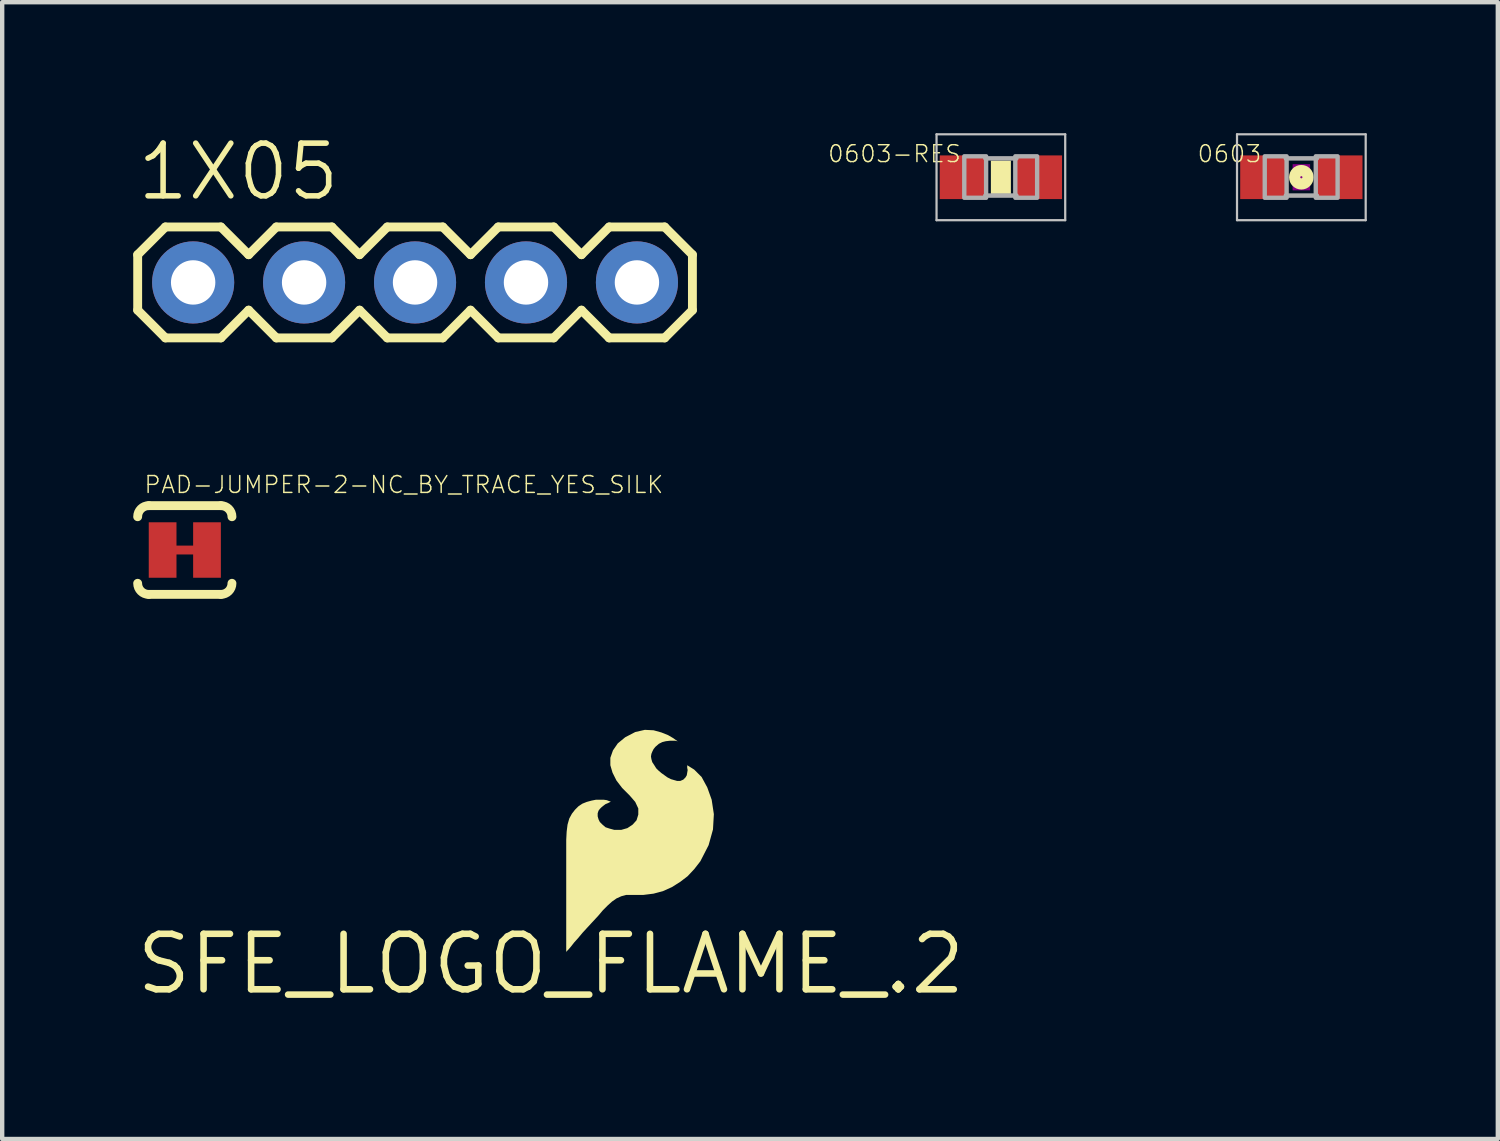
<source format=kicad_pcb>
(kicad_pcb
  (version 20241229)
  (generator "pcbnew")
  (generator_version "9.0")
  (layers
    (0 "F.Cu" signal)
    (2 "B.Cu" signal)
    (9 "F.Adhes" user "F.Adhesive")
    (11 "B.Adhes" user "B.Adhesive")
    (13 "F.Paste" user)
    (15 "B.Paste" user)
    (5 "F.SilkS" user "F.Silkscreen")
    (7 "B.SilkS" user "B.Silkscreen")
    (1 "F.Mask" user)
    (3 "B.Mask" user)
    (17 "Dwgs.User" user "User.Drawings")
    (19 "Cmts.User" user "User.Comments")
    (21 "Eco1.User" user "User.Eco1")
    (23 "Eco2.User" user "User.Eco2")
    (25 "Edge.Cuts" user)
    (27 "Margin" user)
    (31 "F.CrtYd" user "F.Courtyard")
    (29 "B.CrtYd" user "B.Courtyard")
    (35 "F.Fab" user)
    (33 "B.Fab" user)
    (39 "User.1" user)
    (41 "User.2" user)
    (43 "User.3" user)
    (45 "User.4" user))
  (footprint "0603-RES"
    (layer "F.Cu")
    (at 19.864 1.008)
    (property "Reference" "0603-RES" (at -0.889 -0.762 0) (layer "F.SilkS") (effects (font (size 0.386 0.386) (thickness 0.033)) (justify right top)))
    (attr through_hole)
    (fp_poly (pts (xy -0.229 0.381) (xy 0.229 0.381) (xy 0.229 -0.381) (xy -0.229 -0.381)) (stroke (width 0) (type solid)) (fill yes) (layer "F.SilkS"))
    (fp_poly (pts (xy -0.2 0.3) (xy 0.2 0.3) (xy 0.2 -0.3) (xy -0.2 -0.3)) (stroke (width 0) (type solid)) (fill yes) (layer "F.Adhes"))
    (fp_line (start -1.473 -0.983) (end 1.473 -0.983) (stroke (width 0.051) (type solid)) (layer "Dwgs.User"))
    (fp_line (start -1.473 0.983) (end -1.473 -0.983) (stroke (width 0.051) (type solid)) (layer "Dwgs.User"))
    (fp_line (start 1.473 -0.983) (end 1.473 0.983) (stroke (width 0.051) (type solid)) (layer "Dwgs.User"))
    (fp_line (start 1.473 0.983) (end -1.473 0.983) (stroke (width 0.051) (type solid)) (layer "Dwgs.User"))
    (fp_line (start -0.356 -0.432) (end 0.356 -0.432) (stroke (width 0.102) (type solid)) (layer "F.Fab"))
    (fp_line (start -0.356 0.419) (end 0.356 0.419) (stroke (width 0.102) (type solid)) (layer "F.Fab"))
    (fp_poly (pts (xy -0.838 0.47) (xy -0.338 0.47) (xy -0.338 -0.48) (xy -0.838 -0.48)) (stroke (width 0.1) (type solid)) (fill no) (layer "F.Fab"))
    (fp_poly (pts (xy 0.33 0.47) (xy 0.83 0.47) (xy 0.83 -0.48) (xy 0.33 -0.48)) (stroke (width 0.1) (type solid)) (fill no) (layer "F.Fab"))
    (pad "1" smd rect (at -0.85 0) (size 1.1 1) (layers "F.Cu" "F.Mask" "F.Paste"))
    (pad "2" smd rect (at 0.85 0) (size 1.1 1) (layers "F.Cu" "F.Mask" "F.Paste")))
  (footprint "PAD-JUMPER-2-NC_BY_TRACE_YES_SILK"
    (layer "F.Cu")
    (at 1.181 9.542)
    (property "Reference" "PAD-JUMPER-2-NC_BY_TRACE_YES_SILK" (at -0.953 -1.27 0) (layer "F.SilkS") (effects (font (size 0.386 0.386) (thickness 0.033)) (justify left bottom)))
    (attr through_hole)
    (fp_line (start -0.381 0) (end 0.381 0) (stroke (width 0.203) (type solid)) (layer "F.Cu"))
    (fp_line (start -0.826 -1.016) (end 0.826 -1.016) (stroke (width 0.203) (type solid)) (layer "F.SilkS"))
    (fp_line (start 0.826 1.016) (end -0.826 1.016) (stroke (width 0.203) (type solid)) (layer "F.SilkS"))
    (fp_arc (start -1.0795 -0.762) (mid -1.005105 -0.941605) (end -0.8255 -1.016) (stroke (width 0.2032) (type solid)) (layer "F.SilkS"))
    (fp_arc (start -0.8255 1.016) (mid -1.005105 0.941605) (end -1.0795 0.762) (stroke (width 0.2032) (type solid)) (layer "F.SilkS"))
    (fp_arc (start 0.8255 -1.016) (mid 1.005105 -0.941605) (end 1.0795 -0.762) (stroke (width 0.2032) (type solid)) (layer "F.SilkS"))
    (fp_arc (start 1.0795 0.762) (mid 1.005105 0.941605) (end 0.8255 1.016) (stroke (width 0.2032) (type solid)) (layer "F.SilkS"))
    (pad "1" smd rect (at -0.508 0) (size 0.635 1.27) (layers "F.Cu" "F.Mask"))
    (pad "2" smd rect (at 0.508 0) (size 0.635 1.27) (layers "F.Cu" "F.Mask")))
  (footprint "0603"
    (layer "F.Cu")
    (at 26.743 1.008)
    (property "Reference" "0603" (at -0.889 -0.762 0) (layer "F.SilkS") (effects (font (size 0.386 0.386) (thickness 0.033)) (justify right top)))
    (attr through_hole)
    (fp_circle (center 0 0) (end 0.025 0) (stroke (width 0.127) (type solid)) (fill no) (layer "F.SilkS"))
    (fp_circle (center 0 0) (end 0.127 0) (stroke (width 0.127) (type solid)) (fill no) (layer "F.SilkS"))
    (fp_circle (center 0 0) (end 0.218 0) (stroke (width 0.127) (type solid)) (fill no) (layer "F.SilkS"))
    (fp_poly (pts (xy -0.2 0.3) (xy 0.2 0.3) (xy 0.2 -0.3) (xy -0.2 -0.3)) (stroke (width 0) (type solid)) (fill yes) (layer "F.Adhes"))
    (fp_line (start -1.473 -0.983) (end 1.473 -0.983) (stroke (width 0.051) (type solid)) (layer "Dwgs.User"))
    (fp_line (start -1.473 0.983) (end -1.473 -0.983) (stroke (width 0.051) (type solid)) (layer "Dwgs.User"))
    (fp_line (start 1.473 -0.983) (end 1.473 0.983) (stroke (width 0.051) (type solid)) (layer "Dwgs.User"))
    (fp_line (start 1.473 0.983) (end -1.473 0.983) (stroke (width 0.051) (type solid)) (layer "Dwgs.User"))
    (fp_line (start -0.356 -0.432) (end 0.356 -0.432) (stroke (width 0.102) (type solid)) (layer "F.Fab"))
    (fp_line (start -0.356 0.419) (end 0.356 0.419) (stroke (width 0.102) (type solid)) (layer "F.Fab"))
    (fp_poly (pts (xy -0.838 0.47) (xy -0.338 0.47) (xy -0.338 -0.48) (xy -0.838 -0.48)) (stroke (width 0.1) (type solid)) (fill no) (layer "F.Fab"))
    (fp_poly (pts (xy 0.33 0.47) (xy 0.83 0.47) (xy 0.83 -0.48) (xy 0.33 -0.48)) (stroke (width 0.1) (type solid)) (fill no) (layer "F.Fab"))
    (pad "1" smd rect (at -0.85 0) (size 1.1 1) (layers "F.Cu" "F.Mask" "F.Paste"))
    (pad "2" smd rect (at 0.85 0) (size 1.1 1) (layers "F.Cu" "F.Mask" "F.Paste")))
  (footprint "SFE_LOGO_FLAME_.2"
    (layer "F.Cu")
    (at 9.563 19.019)
    (property "Reference" "SFE_LOGO_FLAME_.2" (at 0 0 0) (layer "F.SilkS") (effects (font (size 1.27 1.27) (thickness 0.15))))
    (attr through_hole)
    (fp_poly (pts (xy 3.12 -4.54) (xy 3.12 -4.53) (xy 3.12 -4.49) (xy 3.13 -4.44) (xy 3.12 -4.38) (xy 3.11 -4.32) (xy 3.08 -4.27) (xy 3.03 -4.22) (xy 2.96 -4.19) (xy 2.89 -4.19) (xy 2.82 -4.21) (xy 2.75 -4.23) (xy 2.67 -4.27) (xy 2.6 -4.32) (xy 2.53 -4.37) (xy 2.46 -4.43) (xy 2.41 -4.48) (xy 2.36 -4.56) (xy 2.32 -4.62) (xy 2.3 -4.69) (xy 2.29 -4.75) (xy 2.3 -4.81) (xy 2.32 -4.86) (xy 2.35 -4.92) (xy 2.39 -4.97) (xy 2.47 -5.04) (xy 2.55 -5.08) (xy 2.63 -5.1) (xy 2.72 -5.11) (xy 2.79 -5.11) (xy 2.85 -5.11) (xy 2.89 -5.1) (xy 2.9 -5.1) (xy 2.87 -5.12) (xy 2.8 -5.17) (xy 2.68 -5.24) (xy 2.53 -5.3) (xy 2.35 -5.35) (xy 2.15 -5.36) (xy 1.93 -5.31) (xy 1.7 -5.19) (xy 1.53 -5.05) (xy 1.42 -4.89) (xy 1.36 -4.72) (xy 1.36 -4.55) (xy 1.41 -4.38) (xy 1.5 -4.2) (xy 1.63 -4.03) (xy 1.8 -3.86) (xy 1.93 -3.71) (xy 2 -3.56) (xy 2 -3.42) (xy 1.96 -3.29) (xy 1.87 -3.19) (xy 1.75 -3.11) (xy 1.61 -3.07) (xy 1.45 -3.07) (xy 1.34 -3.1) (xy 1.25 -3.13) (xy 1.18 -3.19) (xy 1.12 -3.25) (xy 1.09 -3.31) (xy 1.07 -3.38) (xy 1.07 -3.45) (xy 1.09 -3.51) (xy 1.12 -3.55) (xy 1.16 -3.59) (xy 1.21 -3.63) (xy 1.25 -3.66) (xy 1.3 -3.68) (xy 1.34 -3.7) (xy 1.36 -3.71) (xy 1.37 -3.72) (xy 1.36 -3.72) (xy 1.33 -3.73) (xy 1.28 -3.75) (xy 1.21 -3.76) (xy 1.13 -3.76) (xy 1.03 -3.76) (xy 0.93 -3.74) (xy 0.82 -3.71) (xy 0.72 -3.67) (xy 0.63 -3.61) (xy 0.55 -3.53) (xy 0.48 -3.44) (xy 0.42 -3.33) (xy 0.38 -3.19) (xy 0.36 -3.03) (xy 0.35 -2.84) (xy 0.35 -2.51) (xy 0.35 -2.19) (xy 0.35 -1.87) (xy 0.35 -1.55) (xy 0.35 -1.23) (xy 0.35 -0.91) (xy 0.35 -0.59) (xy 0.35 -0.27) (xy 0.36 -0.29) (xy 0.4 -0.33) (xy 0.46 -0.4) (xy 0.53 -0.49) (xy 0.62 -0.59) (xy 0.72 -0.71) (xy 0.83 -0.83) (xy 0.95 -0.96) (xy 1.08 -1.1) (xy 1.19 -1.23) (xy 1.3 -1.34) (xy 1.4 -1.43) (xy 1.5 -1.5) (xy 1.61 -1.55) (xy 1.72 -1.58) (xy 1.86 -1.58) (xy 2.11 -1.58) (xy 2.35 -1.61) (xy 2.57 -1.67) (xy 2.77 -1.76) (xy 2.96 -1.88) (xy 3.13 -2.01) (xy 3.28 -2.17) (xy 3.42 -2.35) (xy 3.61 -2.72) (xy 3.71 -3.08) (xy 3.73 -3.43) (xy 3.68 -3.76) (xy 3.58 -4.04) (xy 3.45 -4.28) (xy 3.28 -4.45) (xy 3.12 -4.55)) (stroke (width 0) (type solid)) (fill yes) (layer "F.SilkS")))
  (footprint "1X05"
    (layer "F.Cu")
    (at 1.372 3.416)
    (property "Reference" "1X05" (at -1.346 -1.829 0) (layer "F.SilkS") (effects (font (size 1.206 1.206) (thickness 0.127)) (justify left bottom)))
    (attr through_hole)
    (fp_line (start -1.27 -0.635) (end -1.27 0.635) (stroke (width 0.203) (type solid)) (layer "F.SilkS"))
    (fp_line (start -1.27 0.635) (end -0.635 1.27) (stroke (width 0.203) (type solid)) (layer "F.SilkS"))
    (fp_line (start -0.635 -1.27) (end -1.27 -0.635) (stroke (width 0.203) (type solid)) (layer "F.SilkS"))
    (fp_line (start -0.635 -1.27) (end 0.635 -1.27) (stroke (width 0.203) (type solid)) (layer "F.SilkS"))
    (fp_line (start 0.635 -1.27) (end 1.27 -0.635) (stroke (width 0.203) (type solid)) (layer "F.SilkS"))
    (fp_line (start 0.635 1.27) (end -0.635 1.27) (stroke (width 0.203) (type solid)) (layer "F.SilkS"))
    (fp_line (start 1.27 -0.635) (end 1.905 -1.27) (stroke (width 0.203) (type solid)) (layer "F.SilkS"))
    (fp_line (start 1.27 0.635) (end 0.635 1.27) (stroke (width 0.203) (type solid)) (layer "F.SilkS"))
    (fp_line (start 1.905 -1.27) (end 3.175 -1.27) (stroke (width 0.203) (type solid)) (layer "F.SilkS"))
    (fp_line (start 1.905 1.27) (end 1.27 0.635) (stroke (width 0.203) (type solid)) (layer "F.SilkS"))
    (fp_line (start 3.175 -1.27) (end 3.81 -0.635) (stroke (width 0.203) (type solid)) (layer "F.SilkS"))
    (fp_line (start 3.175 1.27) (end 1.905 1.27) (stroke (width 0.203) (type solid)) (layer "F.SilkS"))
    (fp_line (start 3.81 -0.635) (end 4.445 -1.27) (stroke (width 0.203) (type solid)) (layer "F.SilkS"))
    (fp_line (start 3.81 0.635) (end 3.175 1.27) (stroke (width 0.203) (type solid)) (layer "F.SilkS"))
    (fp_line (start 4.445 -1.27) (end 5.715 -1.27) (stroke (width 0.203) (type solid)) (layer "F.SilkS"))
    (fp_line (start 4.445 1.27) (end 3.81 0.635) (stroke (width 0.203) (type solid)) (layer "F.SilkS"))
    (fp_line (start 5.715 -1.27) (end 6.35 -0.635) (stroke (width 0.203) (type solid)) (layer "F.SilkS"))
    (fp_line (start 5.715 1.27) (end 4.445 1.27) (stroke (width 0.203) (type solid)) (layer "F.SilkS"))
    (fp_line (start 6.35 0.635) (end 5.715 1.27) (stroke (width 0.203) (type solid)) (layer "F.SilkS"))
    (fp_line (start 6.35 0.635) (end 6.985 1.27) (stroke (width 0.203) (type solid)) (layer "F.SilkS"))
    (fp_line (start 6.985 -1.27) (end 6.35 -0.635) (stroke (width 0.203) (type solid)) (layer "F.SilkS"))
    (fp_line (start 6.985 -1.27) (end 8.255 -1.27) (stroke (width 0.203) (type solid)) (layer "F.SilkS"))
    (fp_line (start 8.255 -1.27) (end 8.89 -0.635) (stroke (width 0.203) (type solid)) (layer "F.SilkS"))
    (fp_line (start 8.255 1.27) (end 6.985 1.27) (stroke (width 0.203) (type solid)) (layer "F.SilkS"))
    (fp_line (start 8.89 -0.635) (end 9.525 -1.27) (stroke (width 0.203) (type solid)) (layer "F.SilkS"))
    (fp_line (start 8.89 0.635) (end 8.255 1.27) (stroke (width 0.203) (type solid)) (layer "F.SilkS"))
    (fp_line (start 9.525 -1.27) (end 10.795 -1.27) (stroke (width 0.203) (type solid)) (layer "F.SilkS"))
    (fp_line (start 9.525 1.27) (end 8.89 0.635) (stroke (width 0.203) (type solid)) (layer "F.SilkS"))
    (fp_line (start 10.795 -1.27) (end 11.43 -0.635) (stroke (width 0.203) (type solid)) (layer "F.SilkS"))
    (fp_line (start 10.795 1.27) (end 9.525 1.27) (stroke (width 0.203) (type solid)) (layer "F.SilkS"))
    (fp_line (start 11.43 -0.635) (end 11.43 0.635) (stroke (width 0.203) (type solid)) (layer "F.SilkS"))
    (fp_line (start 11.43 0.635) (end 10.795 1.27) (stroke (width 0.203) (type solid)) (layer "F.SilkS"))
    (fp_poly (pts (xy -0.254 0.254) (xy 0.254 0.254) (xy 0.254 -0.254) (xy -0.254 -0.254)) (stroke (width 0.1) (type solid)) (fill no) (layer "F.Fab"))
    (fp_poly (pts (xy 2.286 0.254) (xy 2.794 0.254) (xy 2.794 -0.254) (xy 2.286 -0.254)) (stroke (width 0.1) (type solid)) (fill no) (layer "F.Fab"))
    (fp_poly (pts (xy 4.826 0.254) (xy 5.334 0.254) (xy 5.334 -0.254) (xy 4.826 -0.254)) (stroke (width 0.1) (type solid)) (fill no) (layer "F.Fab"))
    (fp_poly (pts (xy 7.366 0.254) (xy 7.874 0.254) (xy 7.874 -0.254) (xy 7.366 -0.254)) (stroke (width 0.1) (type solid)) (fill no) (layer "F.Fab"))
    (fp_poly (pts (xy 9.906 0.254) (xy 10.414 0.254) (xy 10.414 -0.254) (xy 9.906 -0.254)) (stroke (width 0.1) (type solid)) (fill no) (layer "F.Fab"))
    (pad "1" thru_hole circle (at 0 0 90) (size 1.88 1.88) (drill 1.016) (layers "*.Cu" "*.Mask"))
    (pad "2" thru_hole circle (at 2.54 0 90) (size 1.88 1.88) (drill 1.016) (layers "*.Cu" "*.Mask"))
    (pad "3" thru_hole circle (at 5.08 0 90) (size 1.88 1.88) (drill 1.016) (layers "*.Cu" "*.Mask"))
    (pad "4" thru_hole circle (at 7.62 0 90) (size 1.88 1.88) (drill 1.016) (layers "*.Cu" "*.Mask"))
    (pad "5" thru_hole circle (at 10.16 0 90) (size 1.88 1.88) (drill 1.016) (layers "*.Cu" "*.Mask")))
  (gr_rect
    (start -3 -3)
    (end 31.241 23.025)
    (stroke (width 0.1) (type default))
    (fill no)
    (layer "Edge.Cuts")))
</source>
